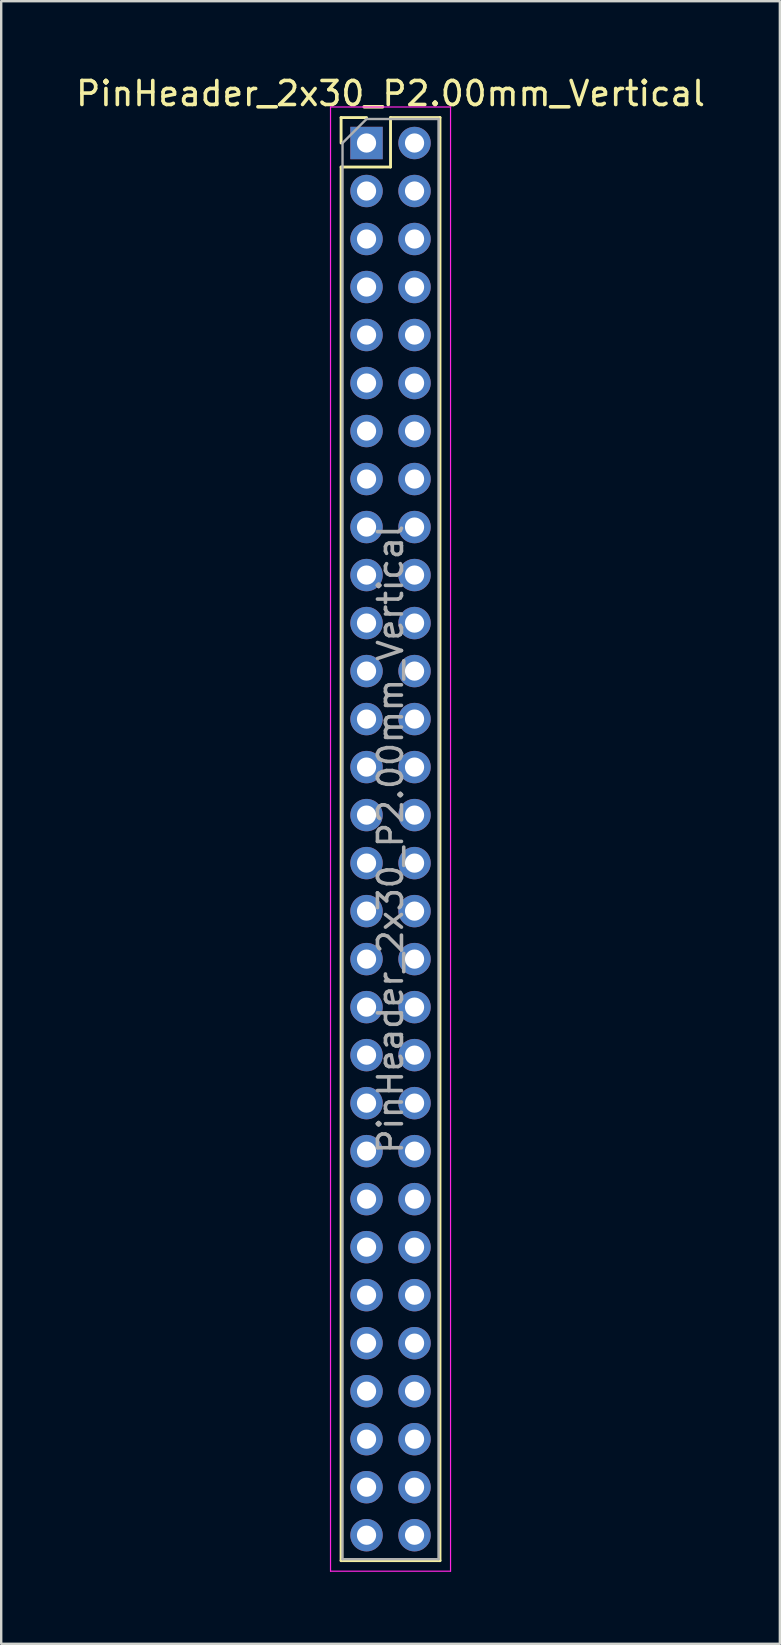
<source format=kicad_pcb>
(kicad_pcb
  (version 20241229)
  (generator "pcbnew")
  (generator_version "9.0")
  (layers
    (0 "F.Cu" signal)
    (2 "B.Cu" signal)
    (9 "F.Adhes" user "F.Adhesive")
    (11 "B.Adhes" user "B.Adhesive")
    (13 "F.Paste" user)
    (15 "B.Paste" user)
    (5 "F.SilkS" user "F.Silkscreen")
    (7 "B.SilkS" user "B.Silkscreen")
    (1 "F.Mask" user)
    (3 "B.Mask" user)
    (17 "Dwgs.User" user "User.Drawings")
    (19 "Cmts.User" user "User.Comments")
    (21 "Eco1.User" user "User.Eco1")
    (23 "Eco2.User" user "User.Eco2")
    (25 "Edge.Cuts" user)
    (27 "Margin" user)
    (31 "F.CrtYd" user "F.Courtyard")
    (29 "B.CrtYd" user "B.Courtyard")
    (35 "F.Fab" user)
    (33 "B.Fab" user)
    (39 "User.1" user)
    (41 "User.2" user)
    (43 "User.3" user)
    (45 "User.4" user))
  (footprint "PinHeader_2x30_P2.00mm_Vertical"
    (layer "F.Cu")
    (at 12.22 2.908)
    (property "Reference" "PinHeader_2x30_P2.00mm_Vertical" (at 1 -2.06 0) (layer "F.SilkS") (effects (font (size 1 1) (thickness 0.15))))
    (attr through_hole)
    (fp_line (start -1.06 -1.06) (end 0 -1.06) (stroke (width 0.12) (type solid)) (layer "F.SilkS"))
    (fp_line (start -1.06 0) (end -1.06 -1.06) (stroke (width 0.12) (type solid)) (layer "F.SilkS"))
    (fp_line (start -1.06 1) (end -1.06 59.06) (stroke (width 0.12) (type solid)) (layer "F.SilkS"))
    (fp_line (start -1.06 1) (end 1 1) (stroke (width 0.12) (type solid)) (layer "F.SilkS"))
    (fp_line (start -1.06 59.06) (end 3.06 59.06) (stroke (width 0.12) (type solid)) (layer "F.SilkS"))
    (fp_line (start 1 -1.06) (end 3.06 -1.06) (stroke (width 0.12) (type solid)) (layer "F.SilkS"))
    (fp_line (start 1 1) (end 1 -1.06) (stroke (width 0.12) (type solid)) (layer "F.SilkS"))
    (fp_line (start 3.06 -1.06) (end 3.06 59.06) (stroke (width 0.12) (type solid)) (layer "F.SilkS"))
    (fp_line (start -1.5 -1.5) (end -1.5 59.5) (stroke (width 0.05) (type solid)) (layer "F.CrtYd"))
    (fp_line (start -1.5 59.5) (end 3.5 59.5) (stroke (width 0.05) (type solid)) (layer "F.CrtYd"))
    (fp_line (start 3.5 -1.5) (end -1.5 -1.5) (stroke (width 0.05) (type solid)) (layer "F.CrtYd"))
    (fp_line (start 3.5 59.5) (end 3.5 -1.5) (stroke (width 0.05) (type solid)) (layer "F.CrtYd"))
    (fp_line (start -1 0) (end 0 -1) (stroke (width 0.1) (type solid)) (layer "F.Fab"))
    (fp_line (start -1 59) (end -1 0) (stroke (width 0.1) (type solid)) (layer "F.Fab"))
    (fp_line (start 0 -1) (end 3 -1) (stroke (width 0.1) (type solid)) (layer "F.Fab"))
    (fp_line (start 3 -1) (end 3 59) (stroke (width 0.1) (type solid)) (layer "F.Fab"))
    (fp_line (start 3 59) (end -1 59) (stroke (width 0.1) (type solid)) (layer "F.Fab"))
    (fp_text user "${REFERENCE}" (at 1 29 90) (layer "F.Fab") (effects (font (size 1 1) (thickness 0.15))))
    (pad "1" thru_hole rect (at 0 0) (size 1.35 1.35) (drill 0.8) (layers "*.Cu" "*.Mask"))
    (pad "2" thru_hole oval (at 2 0) (size 1.35 1.35) (drill 0.8) (layers "*.Cu" "*.Mask"))
    (pad "3" thru_hole oval (at 0 2) (size 1.35 1.35) (drill 0.8) (layers "*.Cu" "*.Mask"))
    (pad "4" thru_hole oval (at 2 2) (size 1.35 1.35) (drill 0.8) (layers "*.Cu" "*.Mask"))
    (pad "5" thru_hole oval (at 0 4) (size 1.35 1.35) (drill 0.8) (layers "*.Cu" "*.Mask"))
    (pad "6" thru_hole oval (at 2 4) (size 1.35 1.35) (drill 0.8) (layers "*.Cu" "*.Mask"))
    (pad "7" thru_hole oval (at 0 6) (size 1.35 1.35) (drill 0.8) (layers "*.Cu" "*.Mask"))
    (pad "8" thru_hole oval (at 2 6) (size 1.35 1.35) (drill 0.8) (layers "*.Cu" "*.Mask"))
    (pad "9" thru_hole oval (at 0 8) (size 1.35 1.35) (drill 0.8) (layers "*.Cu" "*.Mask"))
    (pad "10" thru_hole oval (at 2 8) (size 1.35 1.35) (drill 0.8) (layers "*.Cu" "*.Mask"))
    (pad "11" thru_hole oval (at 0 10) (size 1.35 1.35) (drill 0.8) (layers "*.Cu" "*.Mask"))
    (pad "12" thru_hole oval (at 2 10) (size 1.35 1.35) (drill 0.8) (layers "*.Cu" "*.Mask"))
    (pad "13" thru_hole oval (at 0 12) (size 1.35 1.35) (drill 0.8) (layers "*.Cu" "*.Mask"))
    (pad "14" thru_hole oval (at 2 12) (size 1.35 1.35) (drill 0.8) (layers "*.Cu" "*.Mask"))
    (pad "15" thru_hole oval (at 0 14) (size 1.35 1.35) (drill 0.8) (layers "*.Cu" "*.Mask"))
    (pad "16" thru_hole oval (at 2 14) (size 1.35 1.35) (drill 0.8) (layers "*.Cu" "*.Mask"))
    (pad "17" thru_hole oval (at 0 16) (size 1.35 1.35) (drill 0.8) (layers "*.Cu" "*.Mask"))
    (pad "18" thru_hole oval (at 2 16) (size 1.35 1.35) (drill 0.8) (layers "*.Cu" "*.Mask"))
    (pad "19" thru_hole oval (at 0 18) (size 1.35 1.35) (drill 0.8) (layers "*.Cu" "*.Mask"))
    (pad "20" thru_hole oval (at 2 18) (size 1.35 1.35) (drill 0.8) (layers "*.Cu" "*.Mask"))
    (pad "21" thru_hole oval (at 0 20) (size 1.35 1.35) (drill 0.8) (layers "*.Cu" "*.Mask"))
    (pad "22" thru_hole oval (at 2 20) (size 1.35 1.35) (drill 0.8) (layers "*.Cu" "*.Mask"))
    (pad "23" thru_hole oval (at 0 22) (size 1.35 1.35) (drill 0.8) (layers "*.Cu" "*.Mask"))
    (pad "24" thru_hole oval (at 2 22) (size 1.35 1.35) (drill 0.8) (layers "*.Cu" "*.Mask"))
    (pad "25" thru_hole oval (at 0 24) (size 1.35 1.35) (drill 0.8) (layers "*.Cu" "*.Mask"))
    (pad "26" thru_hole oval (at 2 24) (size 1.35 1.35) (drill 0.8) (layers "*.Cu" "*.Mask"))
    (pad "27" thru_hole oval (at 0 26) (size 1.35 1.35) (drill 0.8) (layers "*.Cu" "*.Mask"))
    (pad "28" thru_hole oval (at 2 26) (size 1.35 1.35) (drill 0.8) (layers "*.Cu" "*.Mask"))
    (pad "29" thru_hole oval (at 0 28) (size 1.35 1.35) (drill 0.8) (layers "*.Cu" "*.Mask"))
    (pad "30" thru_hole oval (at 2 28) (size 1.35 1.35) (drill 0.8) (layers "*.Cu" "*.Mask"))
    (pad "31" thru_hole oval (at 0 30) (size 1.35 1.35) (drill 0.8) (layers "*.Cu" "*.Mask"))
    (pad "32" thru_hole oval (at 2 30) (size 1.35 1.35) (drill 0.8) (layers "*.Cu" "*.Mask"))
    (pad "33" thru_hole oval (at 0 32) (size 1.35 1.35) (drill 0.8) (layers "*.Cu" "*.Mask"))
    (pad "34" thru_hole oval (at 2 32) (size 1.35 1.35) (drill 0.8) (layers "*.Cu" "*.Mask"))
    (pad "35" thru_hole oval (at 0 34) (size 1.35 1.35) (drill 0.8) (layers "*.Cu" "*.Mask"))
    (pad "36" thru_hole oval (at 2 34) (size 1.35 1.35) (drill 0.8) (layers "*.Cu" "*.Mask"))
    (pad "37" thru_hole oval (at 0 36) (size 1.35 1.35) (drill 0.8) (layers "*.Cu" "*.Mask"))
    (pad "38" thru_hole oval (at 2 36) (size 1.35 1.35) (drill 0.8) (layers "*.Cu" "*.Mask"))
    (pad "39" thru_hole oval (at 0 38) (size 1.35 1.35) (drill 0.8) (layers "*.Cu" "*.Mask"))
    (pad "40" thru_hole oval (at 2 38) (size 1.35 1.35) (drill 0.8) (layers "*.Cu" "*.Mask"))
    (pad "41" thru_hole oval (at 0 40) (size 1.35 1.35) (drill 0.8) (layers "*.Cu" "*.Mask"))
    (pad "42" thru_hole oval (at 2 40) (size 1.35 1.35) (drill 0.8) (layers "*.Cu" "*.Mask"))
    (pad "43" thru_hole oval (at 0 42) (size 1.35 1.35) (drill 0.8) (layers "*.Cu" "*.Mask"))
    (pad "44" thru_hole oval (at 2 42) (size 1.35 1.35) (drill 0.8) (layers "*.Cu" "*.Mask"))
    (pad "45" thru_hole oval (at 0 44) (size 1.35 1.35) (drill 0.8) (layers "*.Cu" "*.Mask"))
    (pad "46" thru_hole oval (at 2 44) (size 1.35 1.35) (drill 0.8) (layers "*.Cu" "*.Mask"))
    (pad "47" thru_hole oval (at 0 46) (size 1.35 1.35) (drill 0.8) (layers "*.Cu" "*.Mask"))
    (pad "48" thru_hole oval (at 2 46) (size 1.35 1.35) (drill 0.8) (layers "*.Cu" "*.Mask"))
    (pad "49" thru_hole oval (at 0 48) (size 1.35 1.35) (drill 0.8) (layers "*.Cu" "*.Mask"))
    (pad "50" thru_hole oval (at 2 48) (size 1.35 1.35) (drill 0.8) (layers "*.Cu" "*.Mask"))
    (pad "51" thru_hole oval (at 0 50) (size 1.35 1.35) (drill 0.8) (layers "*.Cu" "*.Mask"))
    (pad "52" thru_hole oval (at 2 50) (size 1.35 1.35) (drill 0.8) (layers "*.Cu" "*.Mask"))
    (pad "53" thru_hole oval (at 0 52) (size 1.35 1.35) (drill 0.8) (layers "*.Cu" "*.Mask"))
    (pad "54" thru_hole oval (at 2 52) (size 1.35 1.35) (drill 0.8) (layers "*.Cu" "*.Mask"))
    (pad "55" thru_hole oval (at 0 54) (size 1.35 1.35) (drill 0.8) (layers "*.Cu" "*.Mask"))
    (pad "56" thru_hole oval (at 2 54) (size 1.35 1.35) (drill 0.8) (layers "*.Cu" "*.Mask"))
    (pad "57" thru_hole oval (at 0 56) (size 1.35 1.35) (drill 0.8) (layers "*.Cu" "*.Mask"))
    (pad "58" thru_hole oval (at 2 56) (size 1.35 1.35) (drill 0.8) (layers "*.Cu" "*.Mask"))
    (pad "59" thru_hole oval (at 0 58) (size 1.35 1.35) (drill 0.8) (layers "*.Cu" "*.Mask"))
    (pad "60" thru_hole oval (at 2 58) (size 1.35 1.35) (drill 0.8) (layers "*.Cu" "*.Mask")))
  (gr_rect
    (start -3 -3)
    (end 29.44 65.433)
    (stroke (width 0.1) (type default))
    (fill no)
    (layer "Edge.Cuts")))
</source>
